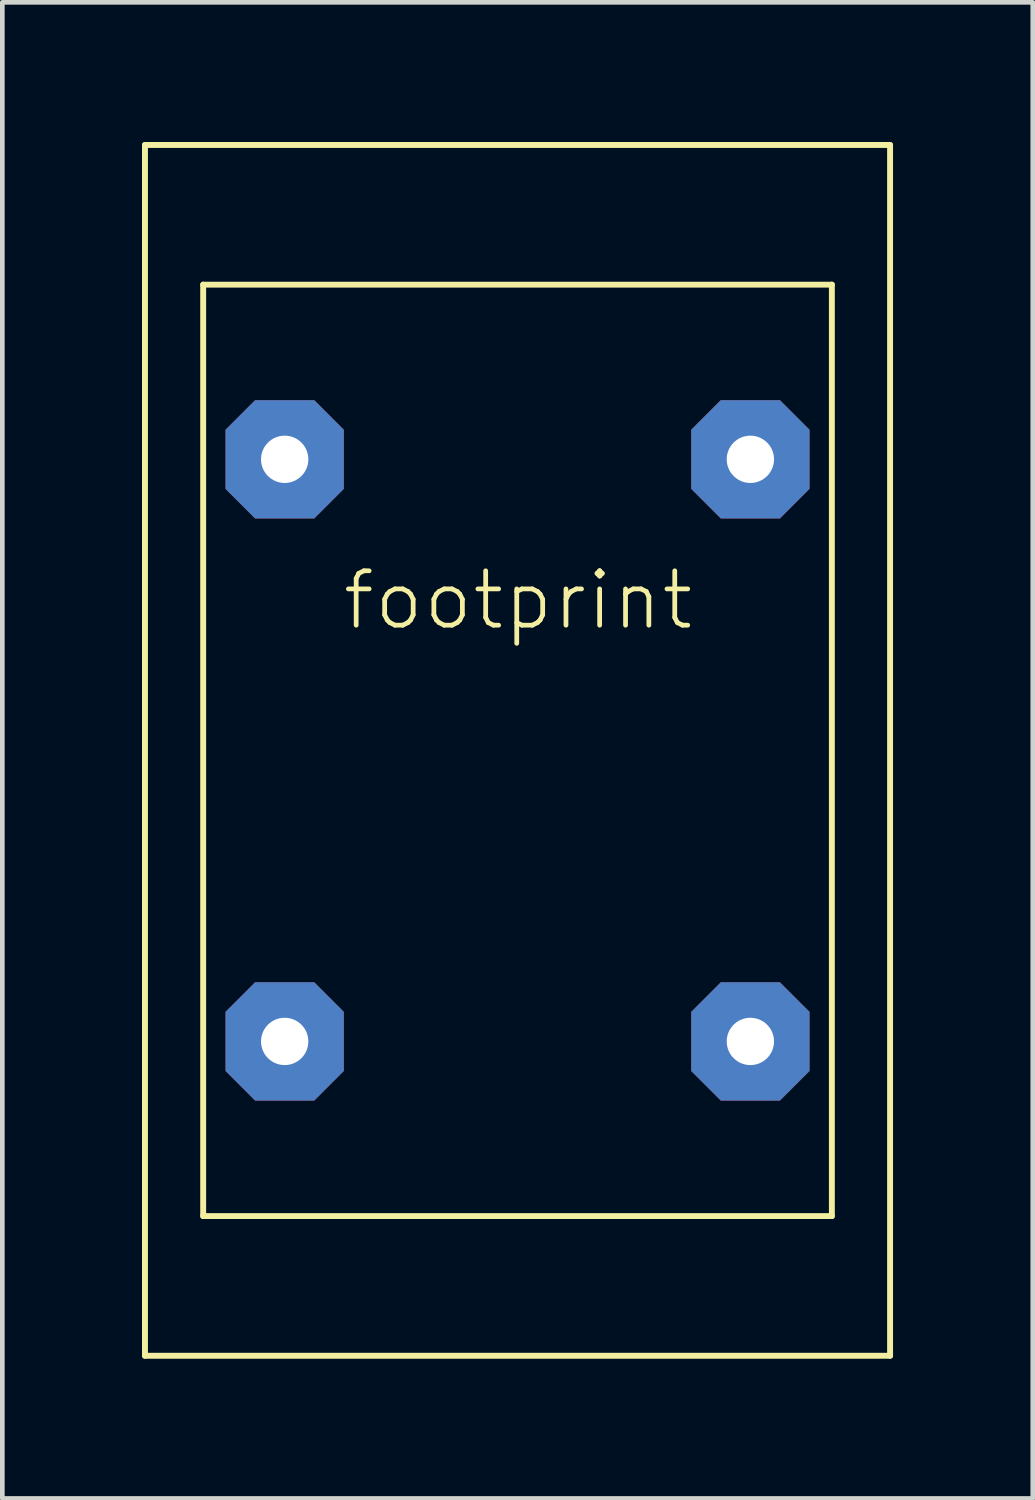
<source format=kicad_pcb>
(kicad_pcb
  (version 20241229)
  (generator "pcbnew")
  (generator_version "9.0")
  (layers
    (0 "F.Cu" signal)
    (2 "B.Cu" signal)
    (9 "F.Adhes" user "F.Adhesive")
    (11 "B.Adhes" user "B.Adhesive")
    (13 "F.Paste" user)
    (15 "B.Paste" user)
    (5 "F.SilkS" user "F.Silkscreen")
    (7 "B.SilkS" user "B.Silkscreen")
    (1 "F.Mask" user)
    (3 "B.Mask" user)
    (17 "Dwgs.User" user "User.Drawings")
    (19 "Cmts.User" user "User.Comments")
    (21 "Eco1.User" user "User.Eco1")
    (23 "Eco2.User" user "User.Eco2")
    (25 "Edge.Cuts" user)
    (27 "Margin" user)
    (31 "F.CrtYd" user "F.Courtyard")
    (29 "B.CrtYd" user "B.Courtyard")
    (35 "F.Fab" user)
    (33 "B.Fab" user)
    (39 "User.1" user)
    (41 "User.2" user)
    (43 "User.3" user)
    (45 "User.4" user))
  (footprint "footprint"
    (layer "F.Cu")
    (at 8.063 13.063)
    (property "Reference" "footprint" (at -3.81 -2.54 0) (layer "F.SilkS") (effects (font (size 1.168 1.168) (thickness 0.102)) (justify left bottom)))
    (fp_line (start -8 -13) (end 8 -13) (stroke (width 0.127) (type solid)) (layer "F.SilkS"))
    (fp_line (start -8 13) (end -8 -13) (stroke (width 0.127) (type solid)) (layer "F.SilkS"))
    (fp_line (start -6.75 -10) (end 6.75 -10) (stroke (width 0.127) (type solid)) (layer "F.SilkS"))
    (fp_line (start -6.75 10) (end -6.75 -10) (stroke (width 0.127) (type solid)) (layer "F.SilkS"))
    (fp_line (start 6.75 -10) (end 6.75 10) (stroke (width 0.127) (type solid)) (layer "F.SilkS"))
    (fp_line (start 6.75 10) (end -6.75 10) (stroke (width 0.127) (type solid)) (layer "F.SilkS"))
    (fp_line (start 8 -13) (end 8 13) (stroke (width 0.127) (type solid)) (layer "F.SilkS"))
    (fp_line (start 8 13) (end -8 13) (stroke (width 0.127) (type solid)) (layer "F.SilkS"))
    (pad "1" thru_hole roundrect (at -5 6.25) (size 2.54 2.54) (drill 1.016) (layers "*.Cu" "*.Mask") (roundrect_rratio 0.25) (chamfer_ratio 0.25) (chamfer top_left top_right bottom_left bottom_right))
    (pad "2" thru_hole roundrect (at 5 6.25) (size 2.54 2.54) (drill 1.016) (layers "*.Cu" "*.Mask") (roundrect_rratio 0.25) (chamfer_ratio 0.25) (chamfer top_left top_right bottom_left bottom_right))
    (pad "3" thru_hole roundrect (at -5 -6.25) (size 2.54 2.54) (drill 1.016) (layers "*.Cu" "*.Mask") (roundrect_rratio 0.25) (chamfer_ratio 0.25) (chamfer top_left top_right bottom_left bottom_right))
    (pad "4" thru_hole roundrect (at 5 -6.25) (size 2.54 2.54) (drill 1.016) (layers "*.Cu" "*.Mask") (roundrect_rratio 0.25) (chamfer_ratio 0.25) (chamfer top_left top_right bottom_left bottom_right)))
  (gr_rect
    (start -3 -3)
    (end 19.127 29.127)
    (stroke (width 0.1) (type default))
    (fill no)
    (layer "Edge.Cuts")))
</source>
